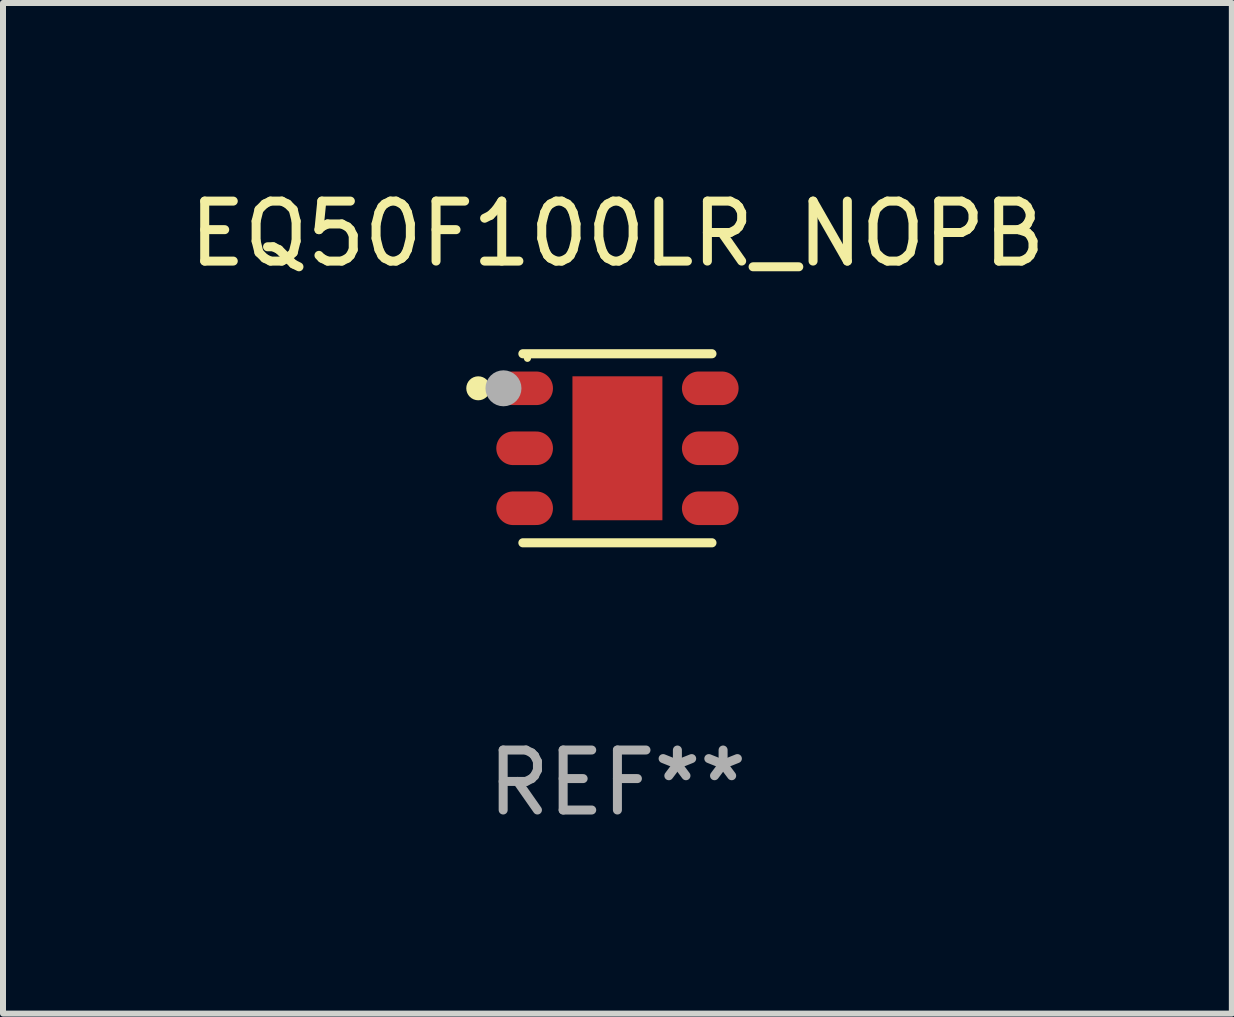
<source format=kicad_pcb>
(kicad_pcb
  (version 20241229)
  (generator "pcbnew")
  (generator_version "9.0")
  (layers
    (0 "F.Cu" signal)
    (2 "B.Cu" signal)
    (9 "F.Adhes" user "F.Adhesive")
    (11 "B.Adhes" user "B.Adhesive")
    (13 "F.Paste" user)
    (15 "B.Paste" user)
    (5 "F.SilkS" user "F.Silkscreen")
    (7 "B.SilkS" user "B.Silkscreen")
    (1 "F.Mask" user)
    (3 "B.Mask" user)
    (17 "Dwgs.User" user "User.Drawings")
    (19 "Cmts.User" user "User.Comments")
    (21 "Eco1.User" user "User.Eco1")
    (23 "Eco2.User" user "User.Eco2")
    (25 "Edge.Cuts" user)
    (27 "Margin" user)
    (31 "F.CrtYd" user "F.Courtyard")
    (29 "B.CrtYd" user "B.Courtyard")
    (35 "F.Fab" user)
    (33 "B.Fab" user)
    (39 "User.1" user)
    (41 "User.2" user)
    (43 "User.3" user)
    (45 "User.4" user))
  (footprint "EQ50F100LR_NOPB"
    (layer "F.Cu")
    (at 7.244 4.424)
    (property "Reference" "EQ50F100LR_NOPB" (at 0 -3.576 0) (layer "F.SilkS") (effects (font (size 1 1) (thickness 0.15))))
    (attr through_hole)
    (fp_line (start -1.576 -1.576) (end 1.576 -1.576) (stroke (width 0.152) (type solid)) (layer "F.SilkS"))
    (fp_line (start 1.576 1.576) (end -1.576 1.576) (stroke (width 0.152) (type solid)) (layer "F.SilkS"))
    (fp_circle (center -2.32 -1) (end -2.22 -1) (stroke (width 0.2) (type solid)) (fill no) (layer "F.SilkS"))
    (fp_circle (center -1.5 -1.5) (end -1.47 -1.5) (stroke (width 0.06) (type solid)) (fill no) (layer "F.SilkS"))
    (fp_circle (center -1.9 -1) (end -1.75 -1) (stroke (width 0.3) (type solid)) (fill no) (layer "F.Fab"))
    (fp_text user "REF**" (at 0 5.576 0) (layer "F.Fab") (effects (font (size 1 1) (thickness 0.15))))
    (pad "1" smd oval (at -1.547 -1 270) (size 0.56 0.945) (layers "F.Cu" "F.Mask" "F.Paste"))
    (pad "2" smd oval (at -1.547 0 270) (size 0.56 0.945) (layers "F.Cu" "F.Mask" "F.Paste"))
    (pad "3" smd oval (at -1.547 1 270) (size 0.56 0.945) (layers "F.Cu" "F.Mask" "F.Paste"))
    (pad "4" smd oval (at 1.548 1 270) (size 0.56 0.945) (layers "F.Cu" "F.Mask" "F.Paste"))
    (pad "5" smd oval (at 1.548 0 270) (size 0.56 0.945) (layers "F.Cu" "F.Mask" "F.Paste"))
    (pad "6" smd oval (at 1.548 -1 270) (size 0.56 0.945) (layers "F.Cu" "F.Mask" "F.Paste"))
    (pad "7" smd rect (at 0 0) (size 1.5 2.4) (layers "F.Cu" "F.Mask" "F.Paste")))
  (gr_rect
    (start -3 -3)
    (end 17.488 13.849)
    (stroke (width 0.1) (type default))
    (fill no)
    (layer "Edge.Cuts")))
</source>
